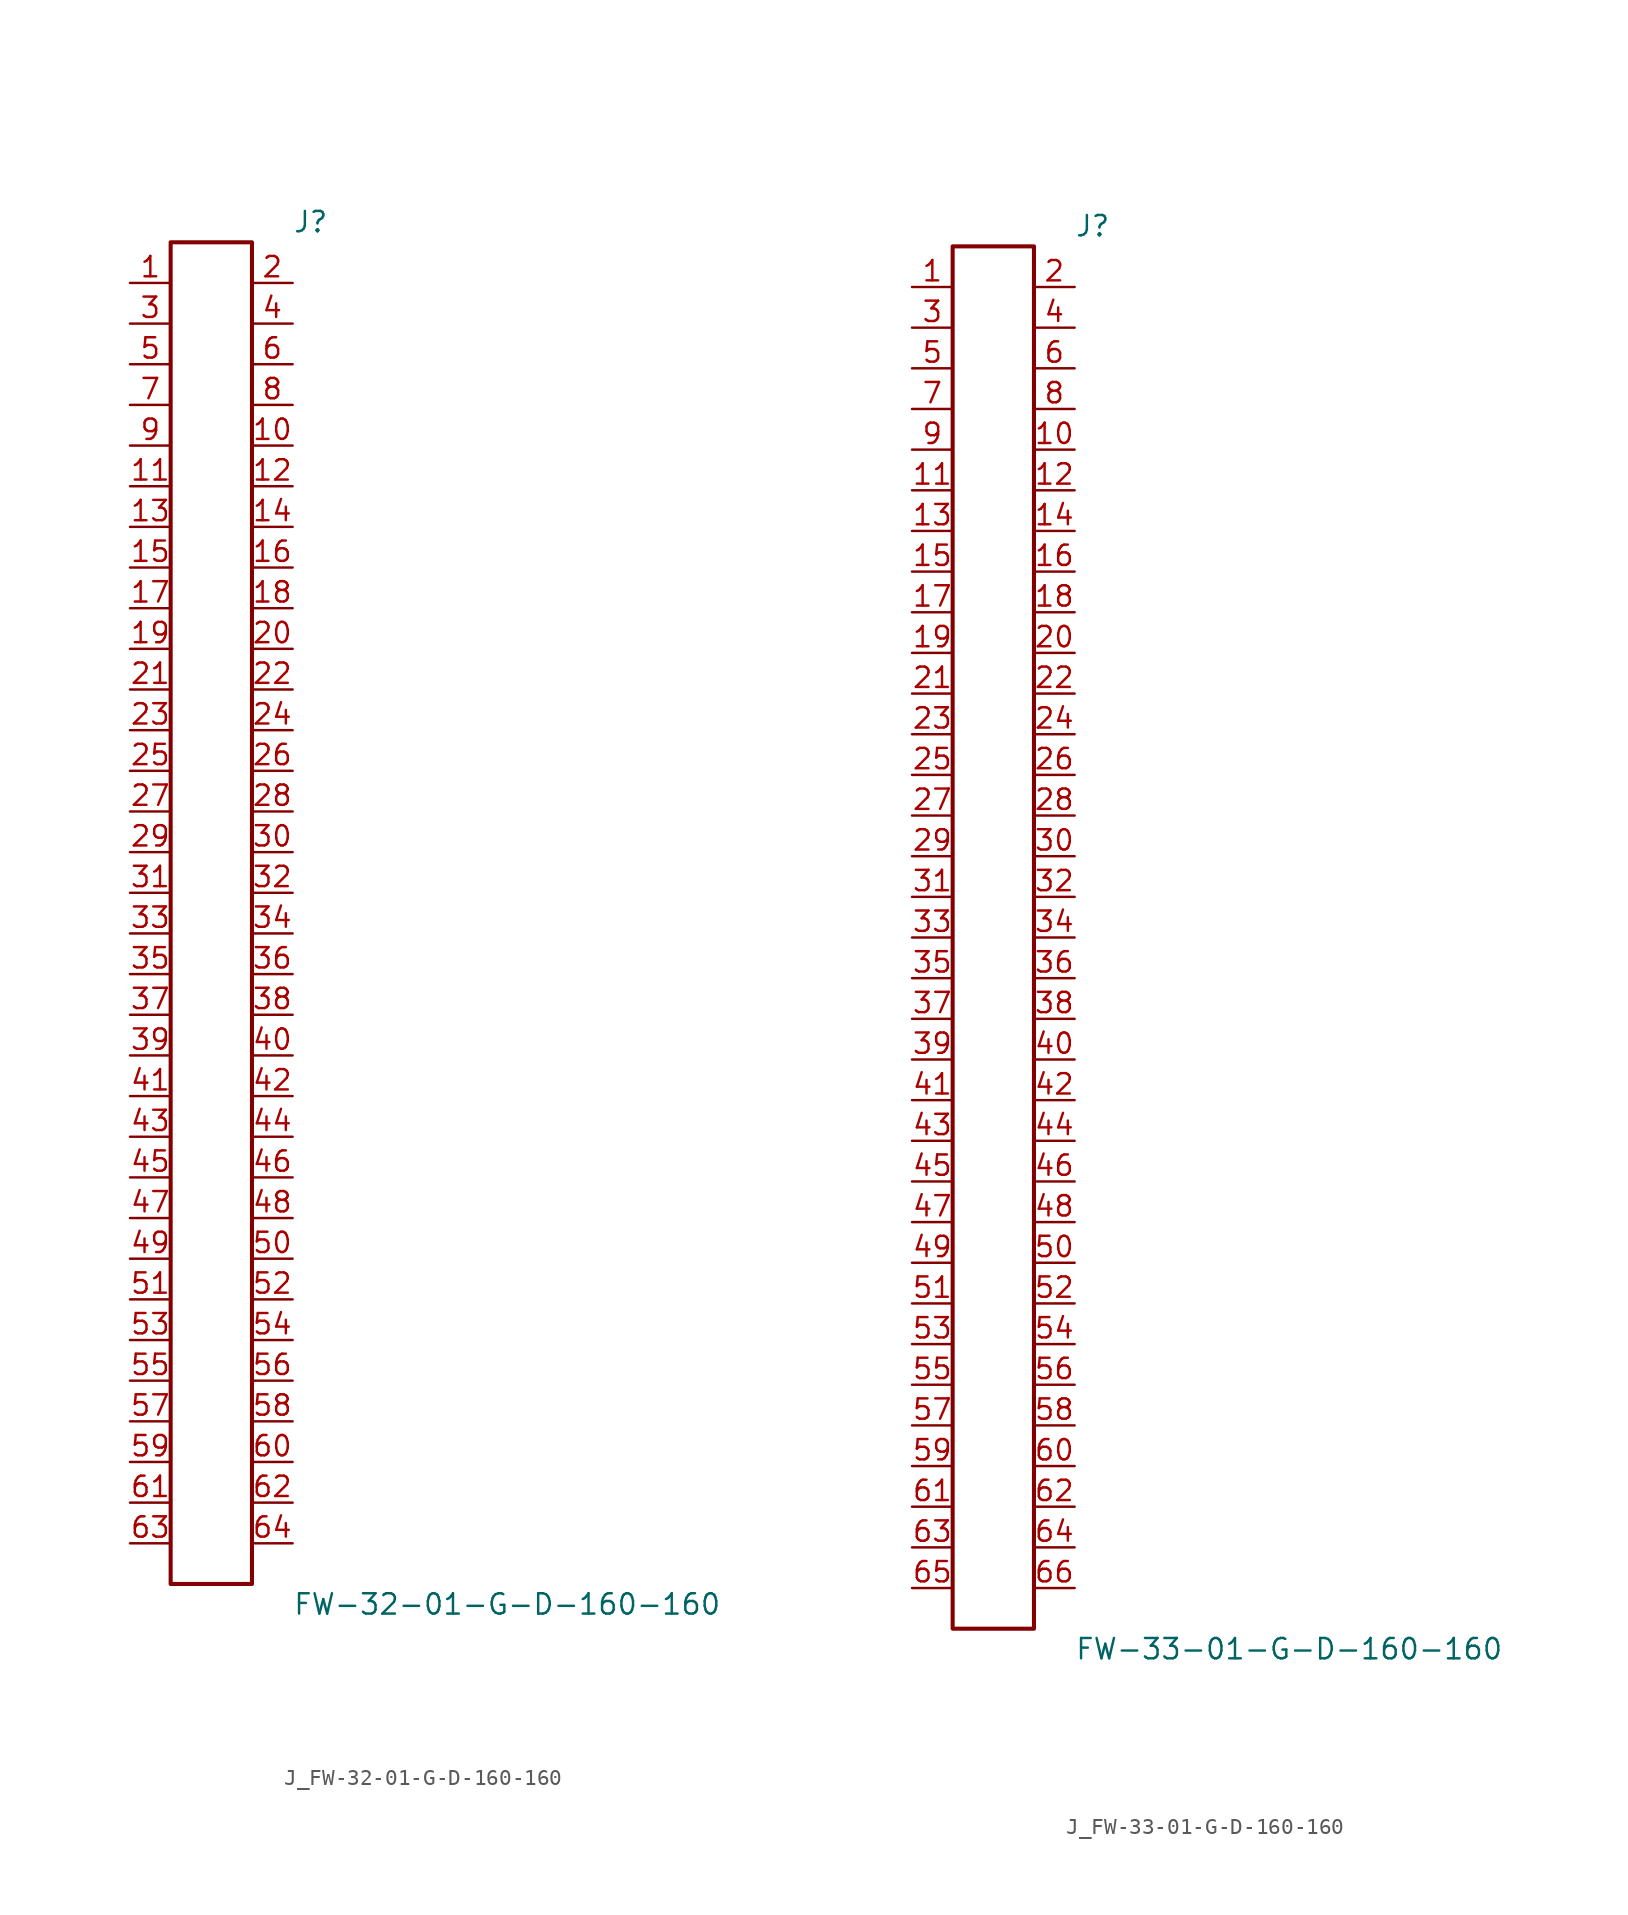
<source format=kicad_sym>
(kicad_symbol_lib
  (version 20231120)
  (generator kicad_symbol_editor)
  (generator_version 8.0)
  (symbol "J_FW-32-01-G-D-160-160"
    (pin_names
      (offset 0.254))
    (property "Reference" "J"
      (at 5.08 43.18 0)
      (effects (font (size 1.27 1.27)) (justify left)))
    (property "Value" "FW-32-01-G-D-160-160"
      (at 5.08 -43.18 0)
      (effects (font (size 1.27 1.27)) (justify left)))
    (symbol "J_FW-32-01-G-D-160-160_0_0"
      (pin unspecified line (at -5.08 39.37 0) (length 2.54) (name "" (effects (font (size 1.27 1.27)))) (number "1" (effects (font (size 1.27 1.27)))))
      (pin unspecified line (at 5.08 39.37 180) (length 2.54) (name "" (effects (font (size 1.27 1.27)))) (number "2" (effects (font (size 1.27 1.27)))))
      (pin unspecified line (at -5.08 36.83 0) (length 2.54) (name "" (effects (font (size 1.27 1.27)))) (number "3" (effects (font (size 1.27 1.27)))))
      (pin unspecified line (at 5.08 36.83 180) (length 2.54) (name "" (effects (font (size 1.27 1.27)))) (number "4" (effects (font (size 1.27 1.27)))))
      (pin unspecified line (at -5.08 34.29 0) (length 2.54) (name "" (effects (font (size 1.27 1.27)))) (number "5" (effects (font (size 1.27 1.27)))))
      (pin unspecified line (at 5.08 34.29 180) (length 2.54) (name "" (effects (font (size 1.27 1.27)))) (number "6" (effects (font (size 1.27 1.27)))))
      (pin unspecified line (at -5.08 31.75 0) (length 2.54) (name "" (effects (font (size 1.27 1.27)))) (number "7" (effects (font (size 1.27 1.27)))))
      (pin unspecified line (at 5.08 31.75 180) (length 2.54) (name "" (effects (font (size 1.27 1.27)))) (number "8" (effects (font (size 1.27 1.27)))))
      (pin unspecified line (at -5.08 29.21 0) (length 2.54) (name "" (effects (font (size 1.27 1.27)))) (number "9" (effects (font (size 1.27 1.27)))))
      (pin unspecified line (at 5.08 29.21 180) (length 2.54) (name "" (effects (font (size 1.27 1.27)))) (number "10" (effects (font (size 1.27 1.27)))))
      (pin unspecified line (at -5.08 26.67 0) (length 2.54) (name "" (effects (font (size 1.27 1.27)))) (number "11" (effects (font (size 1.27 1.27)))))
      (pin unspecified line (at 5.08 26.67 180) (length 2.54) (name "" (effects (font (size 1.27 1.27)))) (number "12" (effects (font (size 1.27 1.27)))))
      (pin unspecified line (at -5.08 24.13 0) (length 2.54) (name "" (effects (font (size 1.27 1.27)))) (number "13" (effects (font (size 1.27 1.27)))))
      (pin unspecified line (at 5.08 24.13 180) (length 2.54) (name "" (effects (font (size 1.27 1.27)))) (number "14" (effects (font (size 1.27 1.27)))))
      (pin unspecified line (at -5.08 21.59 0) (length 2.54) (name "" (effects (font (size 1.27 1.27)))) (number "15" (effects (font (size 1.27 1.27)))))
      (pin unspecified line (at 5.08 21.59 180) (length 2.54) (name "" (effects (font (size 1.27 1.27)))) (number "16" (effects (font (size 1.27 1.27)))))
      (pin unspecified line (at -5.08 19.05 0) (length 2.54) (name "" (effects (font (size 1.27 1.27)))) (number "17" (effects (font (size 1.27 1.27)))))
      (pin unspecified line (at 5.08 19.05 180) (length 2.54) (name "" (effects (font (size 1.27 1.27)))) (number "18" (effects (font (size 1.27 1.27)))))
      (pin unspecified line (at -5.08 16.51 0) (length 2.54) (name "" (effects (font (size 1.27 1.27)))) (number "19" (effects (font (size 1.27 1.27)))))
      (pin unspecified line (at 5.08 16.51 180) (length 2.54) (name "" (effects (font (size 1.27 1.27)))) (number "20" (effects (font (size 1.27 1.27)))))
      (pin unspecified line (at -5.08 13.97 0) (length 2.54) (name "" (effects (font (size 1.27 1.27)))) (number "21" (effects (font (size 1.27 1.27)))))
      (pin unspecified line (at 5.08 13.97 180) (length 2.54) (name "" (effects (font (size 1.27 1.27)))) (number "22" (effects (font (size 1.27 1.27)))))
      (pin unspecified line (at -5.08 11.43 0) (length 2.54) (name "" (effects (font (size 1.27 1.27)))) (number "23" (effects (font (size 1.27 1.27)))))
      (pin unspecified line (at 5.08 11.43 180) (length 2.54) (name "" (effects (font (size 1.27 1.27)))) (number "24" (effects (font (size 1.27 1.27)))))
      (pin unspecified line (at -5.08 8.89 0) (length 2.54) (name "" (effects (font (size 1.27 1.27)))) (number "25" (effects (font (size 1.27 1.27)))))
      (pin unspecified line (at 5.08 8.89 180) (length 2.54) (name "" (effects (font (size 1.27 1.27)))) (number "26" (effects (font (size 1.27 1.27)))))
      (pin unspecified line (at -5.08 6.35 0) (length 2.54) (name "" (effects (font (size 1.27 1.27)))) (number "27" (effects (font (size 1.27 1.27)))))
      (pin unspecified line (at 5.08 6.35 180) (length 2.54) (name "" (effects (font (size 1.27 1.27)))) (number "28" (effects (font (size 1.27 1.27)))))
      (pin unspecified line (at -5.08 3.81 0) (length 2.54) (name "" (effects (font (size 1.27 1.27)))) (number "29" (effects (font (size 1.27 1.27)))))
      (pin unspecified line (at 5.08 3.81 180) (length 2.54) (name "" (effects (font (size 1.27 1.27)))) (number "30" (effects (font (size 1.27 1.27)))))
      (pin unspecified line (at -5.08 1.27 0) (length 2.54) (name "" (effects (font (size 1.27 1.27)))) (number "31" (effects (font (size 1.27 1.27)))))
      (pin unspecified line (at 5.08 1.27 180) (length 2.54) (name "" (effects (font (size 1.27 1.27)))) (number "32" (effects (font (size 1.27 1.27)))))
      (pin unspecified line (at -5.08 -1.27 0) (length 2.54) (name "" (effects (font (size 1.27 1.27)))) (number "33" (effects (font (size 1.27 1.27)))))
      (pin unspecified line (at 5.08 -1.27 180) (length 2.54) (name "" (effects (font (size 1.27 1.27)))) (number "34" (effects (font (size 1.27 1.27)))))
      (pin unspecified line (at -5.08 -3.81 0) (length 2.54) (name "" (effects (font (size 1.27 1.27)))) (number "35" (effects (font (size 1.27 1.27)))))
      (pin unspecified line (at 5.08 -3.81 180) (length 2.54) (name "" (effects (font (size 1.27 1.27)))) (number "36" (effects (font (size 1.27 1.27)))))
      (pin unspecified line (at -5.08 -6.35 0) (length 2.54) (name "" (effects (font (size 1.27 1.27)))) (number "37" (effects (font (size 1.27 1.27)))))
      (pin unspecified line (at 5.08 -6.35 180) (length 2.54) (name "" (effects (font (size 1.27 1.27)))) (number "38" (effects (font (size 1.27 1.27)))))
      (pin unspecified line (at -5.08 -8.89 0) (length 2.54) (name "" (effects (font (size 1.27 1.27)))) (number "39" (effects (font (size 1.27 1.27)))))
      (pin unspecified line (at 5.08 -8.89 180) (length 2.54) (name "" (effects (font (size 1.27 1.27)))) (number "40" (effects (font (size 1.27 1.27)))))
      (pin unspecified line (at -5.08 -11.43 0) (length 2.54) (name "" (effects (font (size 1.27 1.27)))) (number "41" (effects (font (size 1.27 1.27)))))
      (pin unspecified line (at 5.08 -11.43 180) (length 2.54) (name "" (effects (font (size 1.27 1.27)))) (number "42" (effects (font (size 1.27 1.27)))))
      (pin unspecified line (at -5.08 -13.97 0) (length 2.54) (name "" (effects (font (size 1.27 1.27)))) (number "43" (effects (font (size 1.27 1.27)))))
      (pin unspecified line (at 5.08 -13.97 180) (length 2.54) (name "" (effects (font (size 1.27 1.27)))) (number "44" (effects (font (size 1.27 1.27)))))
      (pin unspecified line (at -5.08 -16.51 0) (length 2.54) (name "" (effects (font (size 1.27 1.27)))) (number "45" (effects (font (size 1.27 1.27)))))
      (pin unspecified line (at 5.08 -16.51 180) (length 2.54) (name "" (effects (font (size 1.27 1.27)))) (number "46" (effects (font (size 1.27 1.27)))))
      (pin unspecified line (at -5.08 -19.05 0) (length 2.54) (name "" (effects (font (size 1.27 1.27)))) (number "47" (effects (font (size 1.27 1.27)))))
      (pin unspecified line (at 5.08 -19.05 180) (length 2.54) (name "" (effects (font (size 1.27 1.27)))) (number "48" (effects (font (size 1.27 1.27)))))
      (pin unspecified line (at -5.08 -21.59 0) (length 2.54) (name "" (effects (font (size 1.27 1.27)))) (number "49" (effects (font (size 1.27 1.27)))))
      (pin unspecified line (at 5.08 -21.59 180) (length 2.54) (name "" (effects (font (size 1.27 1.27)))) (number "50" (effects (font (size 1.27 1.27)))))
      (pin unspecified line (at -5.08 -24.13 0) (length 2.54) (name "" (effects (font (size 1.27 1.27)))) (number "51" (effects (font (size 1.27 1.27)))))
      (pin unspecified line (at 5.08 -24.13 180) (length 2.54) (name "" (effects (font (size 1.27 1.27)))) (number "52" (effects (font (size 1.27 1.27)))))
      (pin unspecified line (at -5.08 -26.67 0) (length 2.54) (name "" (effects (font (size 1.27 1.27)))) (number "53" (effects (font (size 1.27 1.27)))))
      (pin unspecified line (at 5.08 -26.67 180) (length 2.54) (name "" (effects (font (size 1.27 1.27)))) (number "54" (effects (font (size 1.27 1.27)))))
      (pin unspecified line (at -5.08 -29.21 0) (length 2.54) (name "" (effects (font (size 1.27 1.27)))) (number "55" (effects (font (size 1.27 1.27)))))
      (pin unspecified line (at 5.08 -29.21 180) (length 2.54) (name "" (effects (font (size 1.27 1.27)))) (number "56" (effects (font (size 1.27 1.27)))))
      (pin unspecified line (at -5.08 -31.75 0) (length 2.54) (name "" (effects (font (size 1.27 1.27)))) (number "57" (effects (font (size 1.27 1.27)))))
      (pin unspecified line (at 5.08 -31.75 180) (length 2.54) (name "" (effects (font (size 1.27 1.27)))) (number "58" (effects (font (size 1.27 1.27)))))
      (pin unspecified line (at -5.08 -34.29 0) (length 2.54) (name "" (effects (font (size 1.27 1.27)))) (number "59" (effects (font (size 1.27 1.27)))))
      (pin unspecified line (at 5.08 -34.29 180) (length 2.54) (name "" (effects (font (size 1.27 1.27)))) (number "60" (effects (font (size 1.27 1.27)))))
      (pin unspecified line (at -5.08 -36.83 0) (length 2.54) (name "" (effects (font (size 1.27 1.27)))) (number "61" (effects (font (size 1.27 1.27)))))
      (pin unspecified line (at 5.08 -36.83 180) (length 2.54) (name "" (effects (font (size 1.27 1.27)))) (number "62" (effects (font (size 1.27 1.27)))))
      (pin unspecified line (at -5.08 -39.37 0) (length 2.54) (name "" (effects (font (size 1.27 1.27)))) (number "63" (effects (font (size 1.27 1.27)))))
      (pin unspecified line (at 5.08 -39.37 180) (length 2.54) (name "" (effects (font (size 1.27 1.27)))) (number "64" (effects (font (size 1.27 1.27))))))
    (symbol "J_FW-32-01-G-D-160-160_1_0"
      (rectangle (start -2.54 41.91) (end 2.54 -41.91) (stroke (width 0.254) (type solid)) (fill (type none)))))
  (symbol "J_FW-33-01-G-D-160-160"
    (pin_names
      (offset 0.254))
    (property "Reference" "J"
      (at 5.08 44.45 0)
      (effects (font (size 1.27 1.27)) (justify left)))
    (property "Value" "FW-33-01-G-D-160-160"
      (at 5.08 -44.45 0)
      (effects (font (size 1.27 1.27)) (justify left)))
    (symbol "J_FW-33-01-G-D-160-160_0_0"
      (pin unspecified line (at -5.08 40.64 0) (length 2.54) (name "" (effects (font (size 1.27 1.27)))) (number "1" (effects (font (size 1.27 1.27)))))
      (pin unspecified line (at 5.08 40.64 180) (length 2.54) (name "" (effects (font (size 1.27 1.27)))) (number "2" (effects (font (size 1.27 1.27)))))
      (pin unspecified line (at -5.08 38.1 0) (length 2.54) (name "" (effects (font (size 1.27 1.27)))) (number "3" (effects (font (size 1.27 1.27)))))
      (pin unspecified line (at 5.08 38.1 180) (length 2.54) (name "" (effects (font (size 1.27 1.27)))) (number "4" (effects (font (size 1.27 1.27)))))
      (pin unspecified line (at -5.08 35.56 0) (length 2.54) (name "" (effects (font (size 1.27 1.27)))) (number "5" (effects (font (size 1.27 1.27)))))
      (pin unspecified line (at 5.08 35.56 180) (length 2.54) (name "" (effects (font (size 1.27 1.27)))) (number "6" (effects (font (size 1.27 1.27)))))
      (pin unspecified line (at -5.08 33.02 0) (length 2.54) (name "" (effects (font (size 1.27 1.27)))) (number "7" (effects (font (size 1.27 1.27)))))
      (pin unspecified line (at 5.08 33.02 180) (length 2.54) (name "" (effects (font (size 1.27 1.27)))) (number "8" (effects (font (size 1.27 1.27)))))
      (pin unspecified line (at -5.08 30.48 0) (length 2.54) (name "" (effects (font (size 1.27 1.27)))) (number "9" (effects (font (size 1.27 1.27)))))
      (pin unspecified line (at 5.08 30.48 180) (length 2.54) (name "" (effects (font (size 1.27 1.27)))) (number "10" (effects (font (size 1.27 1.27)))))
      (pin unspecified line (at -5.08 27.94 0) (length 2.54) (name "" (effects (font (size 1.27 1.27)))) (number "11" (effects (font (size 1.27 1.27)))))
      (pin unspecified line (at 5.08 27.94 180) (length 2.54) (name "" (effects (font (size 1.27 1.27)))) (number "12" (effects (font (size 1.27 1.27)))))
      (pin unspecified line (at -5.08 25.4 0) (length 2.54) (name "" (effects (font (size 1.27 1.27)))) (number "13" (effects (font (size 1.27 1.27)))))
      (pin unspecified line (at 5.08 25.4 180) (length 2.54) (name "" (effects (font (size 1.27 1.27)))) (number "14" (effects (font (size 1.27 1.27)))))
      (pin unspecified line (at -5.08 22.86 0) (length 2.54) (name "" (effects (font (size 1.27 1.27)))) (number "15" (effects (font (size 1.27 1.27)))))
      (pin unspecified line (at 5.08 22.86 180) (length 2.54) (name "" (effects (font (size 1.27 1.27)))) (number "16" (effects (font (size 1.27 1.27)))))
      (pin unspecified line (at -5.08 20.32 0) (length 2.54) (name "" (effects (font (size 1.27 1.27)))) (number "17" (effects (font (size 1.27 1.27)))))
      (pin unspecified line (at 5.08 20.32 180) (length 2.54) (name "" (effects (font (size 1.27 1.27)))) (number "18" (effects (font (size 1.27 1.27)))))
      (pin unspecified line (at -5.08 17.78 0) (length 2.54) (name "" (effects (font (size 1.27 1.27)))) (number "19" (effects (font (size 1.27 1.27)))))
      (pin unspecified line (at 5.08 17.78 180) (length 2.54) (name "" (effects (font (size 1.27 1.27)))) (number "20" (effects (font (size 1.27 1.27)))))
      (pin unspecified line (at -5.08 15.24 0) (length 2.54) (name "" (effects (font (size 1.27 1.27)))) (number "21" (effects (font (size 1.27 1.27)))))
      (pin unspecified line (at 5.08 15.24 180) (length 2.54) (name "" (effects (font (size 1.27 1.27)))) (number "22" (effects (font (size 1.27 1.27)))))
      (pin unspecified line (at -5.08 12.7 0) (length 2.54) (name "" (effects (font (size 1.27 1.27)))) (number "23" (effects (font (size 1.27 1.27)))))
      (pin unspecified line (at 5.08 12.7 180) (length 2.54) (name "" (effects (font (size 1.27 1.27)))) (number "24" (effects (font (size 1.27 1.27)))))
      (pin unspecified line (at -5.08 10.16 0) (length 2.54) (name "" (effects (font (size 1.27 1.27)))) (number "25" (effects (font (size 1.27 1.27)))))
      (pin unspecified line (at 5.08 10.16 180) (length 2.54) (name "" (effects (font (size 1.27 1.27)))) (number "26" (effects (font (size 1.27 1.27)))))
      (pin unspecified line (at -5.08 7.62 0) (length 2.54) (name "" (effects (font (size 1.27 1.27)))) (number "27" (effects (font (size 1.27 1.27)))))
      (pin unspecified line (at 5.08 7.62 180) (length 2.54) (name "" (effects (font (size 1.27 1.27)))) (number "28" (effects (font (size 1.27 1.27)))))
      (pin unspecified line (at -5.08 5.08 0) (length 2.54) (name "" (effects (font (size 1.27 1.27)))) (number "29" (effects (font (size 1.27 1.27)))))
      (pin unspecified line (at 5.08 5.08 180) (length 2.54) (name "" (effects (font (size 1.27 1.27)))) (number "30" (effects (font (size 1.27 1.27)))))
      (pin unspecified line (at -5.08 2.54 0) (length 2.54) (name "" (effects (font (size 1.27 1.27)))) (number "31" (effects (font (size 1.27 1.27)))))
      (pin unspecified line (at 5.08 2.54 180) (length 2.54) (name "" (effects (font (size 1.27 1.27)))) (number "32" (effects (font (size 1.27 1.27)))))
      (pin unspecified line (at -5.08 0.0 0) (length 2.54) (name "" (effects (font (size 1.27 1.27)))) (number "33" (effects (font (size 1.27 1.27)))))
      (pin unspecified line (at 5.08 0.0 180) (length 2.54) (name "" (effects (font (size 1.27 1.27)))) (number "34" (effects (font (size 1.27 1.27)))))
      (pin unspecified line (at -5.08 -2.54 0) (length 2.54) (name "" (effects (font (size 1.27 1.27)))) (number "35" (effects (font (size 1.27 1.27)))))
      (pin unspecified line (at 5.08 -2.54 180) (length 2.54) (name "" (effects (font (size 1.27 1.27)))) (number "36" (effects (font (size 1.27 1.27)))))
      (pin unspecified line (at -5.08 -5.08 0) (length 2.54) (name "" (effects (font (size 1.27 1.27)))) (number "37" (effects (font (size 1.27 1.27)))))
      (pin unspecified line (at 5.08 -5.08 180) (length 2.54) (name "" (effects (font (size 1.27 1.27)))) (number "38" (effects (font (size 1.27 1.27)))))
      (pin unspecified line (at -5.08 -7.62 0) (length 2.54) (name "" (effects (font (size 1.27 1.27)))) (number "39" (effects (font (size 1.27 1.27)))))
      (pin unspecified line (at 5.08 -7.62 180) (length 2.54) (name "" (effects (font (size 1.27 1.27)))) (number "40" (effects (font (size 1.27 1.27)))))
      (pin unspecified line (at -5.08 -10.16 0) (length 2.54) (name "" (effects (font (size 1.27 1.27)))) (number "41" (effects (font (size 1.27 1.27)))))
      (pin unspecified line (at 5.08 -10.16 180) (length 2.54) (name "" (effects (font (size 1.27 1.27)))) (number "42" (effects (font (size 1.27 1.27)))))
      (pin unspecified line (at -5.08 -12.7 0) (length 2.54) (name "" (effects (font (size 1.27 1.27)))) (number "43" (effects (font (size 1.27 1.27)))))
      (pin unspecified line (at 5.08 -12.7 180) (length 2.54) (name "" (effects (font (size 1.27 1.27)))) (number "44" (effects (font (size 1.27 1.27)))))
      (pin unspecified line (at -5.08 -15.24 0) (length 2.54) (name "" (effects (font (size 1.27 1.27)))) (number "45" (effects (font (size 1.27 1.27)))))
      (pin unspecified line (at 5.08 -15.24 180) (length 2.54) (name "" (effects (font (size 1.27 1.27)))) (number "46" (effects (font (size 1.27 1.27)))))
      (pin unspecified line (at -5.08 -17.78 0) (length 2.54) (name "" (effects (font (size 1.27 1.27)))) (number "47" (effects (font (size 1.27 1.27)))))
      (pin unspecified line (at 5.08 -17.78 180) (length 2.54) (name "" (effects (font (size 1.27 1.27)))) (number "48" (effects (font (size 1.27 1.27)))))
      (pin unspecified line (at -5.08 -20.32 0) (length 2.54) (name "" (effects (font (size 1.27 1.27)))) (number "49" (effects (font (size 1.27 1.27)))))
      (pin unspecified line (at 5.08 -20.32 180) (length 2.54) (name "" (effects (font (size 1.27 1.27)))) (number "50" (effects (font (size 1.27 1.27)))))
      (pin unspecified line (at -5.08 -22.86 0) (length 2.54) (name "" (effects (font (size 1.27 1.27)))) (number "51" (effects (font (size 1.27 1.27)))))
      (pin unspecified line (at 5.08 -22.86 180) (length 2.54) (name "" (effects (font (size 1.27 1.27)))) (number "52" (effects (font (size 1.27 1.27)))))
      (pin unspecified line (at -5.08 -25.4 0) (length 2.54) (name "" (effects (font (size 1.27 1.27)))) (number "53" (effects (font (size 1.27 1.27)))))
      (pin unspecified line (at 5.08 -25.4 180) (length 2.54) (name "" (effects (font (size 1.27 1.27)))) (number "54" (effects (font (size 1.27 1.27)))))
      (pin unspecified line (at -5.08 -27.94 0) (length 2.54) (name "" (effects (font (size 1.27 1.27)))) (number "55" (effects (font (size 1.27 1.27)))))
      (pin unspecified line (at 5.08 -27.94 180) (length 2.54) (name "" (effects (font (size 1.27 1.27)))) (number "56" (effects (font (size 1.27 1.27)))))
      (pin unspecified line (at -5.08 -30.48 0) (length 2.54) (name "" (effects (font (size 1.27 1.27)))) (number "57" (effects (font (size 1.27 1.27)))))
      (pin unspecified line (at 5.08 -30.48 180) (length 2.54) (name "" (effects (font (size 1.27 1.27)))) (number "58" (effects (font (size 1.27 1.27)))))
      (pin unspecified line (at -5.08 -33.02 0) (length 2.54) (name "" (effects (font (size 1.27 1.27)))) (number "59" (effects (font (size 1.27 1.27)))))
      (pin unspecified line (at 5.08 -33.02 180) (length 2.54) (name "" (effects (font (size 1.27 1.27)))) (number "60" (effects (font (size 1.27 1.27)))))
      (pin unspecified line (at -5.08 -35.56 0) (length 2.54) (name "" (effects (font (size 1.27 1.27)))) (number "61" (effects (font (size 1.27 1.27)))))
      (pin unspecified line (at 5.08 -35.56 180) (length 2.54) (name "" (effects (font (size 1.27 1.27)))) (number "62" (effects (font (size 1.27 1.27)))))
      (pin unspecified line (at -5.08 -38.1 0) (length 2.54) (name "" (effects (font (size 1.27 1.27)))) (number "63" (effects (font (size 1.27 1.27)))))
      (pin unspecified line (at 5.08 -38.1 180) (length 2.54) (name "" (effects (font (size 1.27 1.27)))) (number "64" (effects (font (size 1.27 1.27)))))
      (pin unspecified line (at -5.08 -40.64 0) (length 2.54) (name "" (effects (font (size 1.27 1.27)))) (number "65" (effects (font (size 1.27 1.27)))))
      (pin unspecified line (at 5.08 -40.64 180) (length 2.54) (name "" (effects (font (size 1.27 1.27)))) (number "66" (effects (font (size 1.27 1.27))))))
    (symbol "J_FW-33-01-G-D-160-160_1_0"
      (rectangle (start -2.54 43.18) (end 2.54 -43.18) (stroke (width 0.254) (type solid)) (fill (type none))))))
</source>
